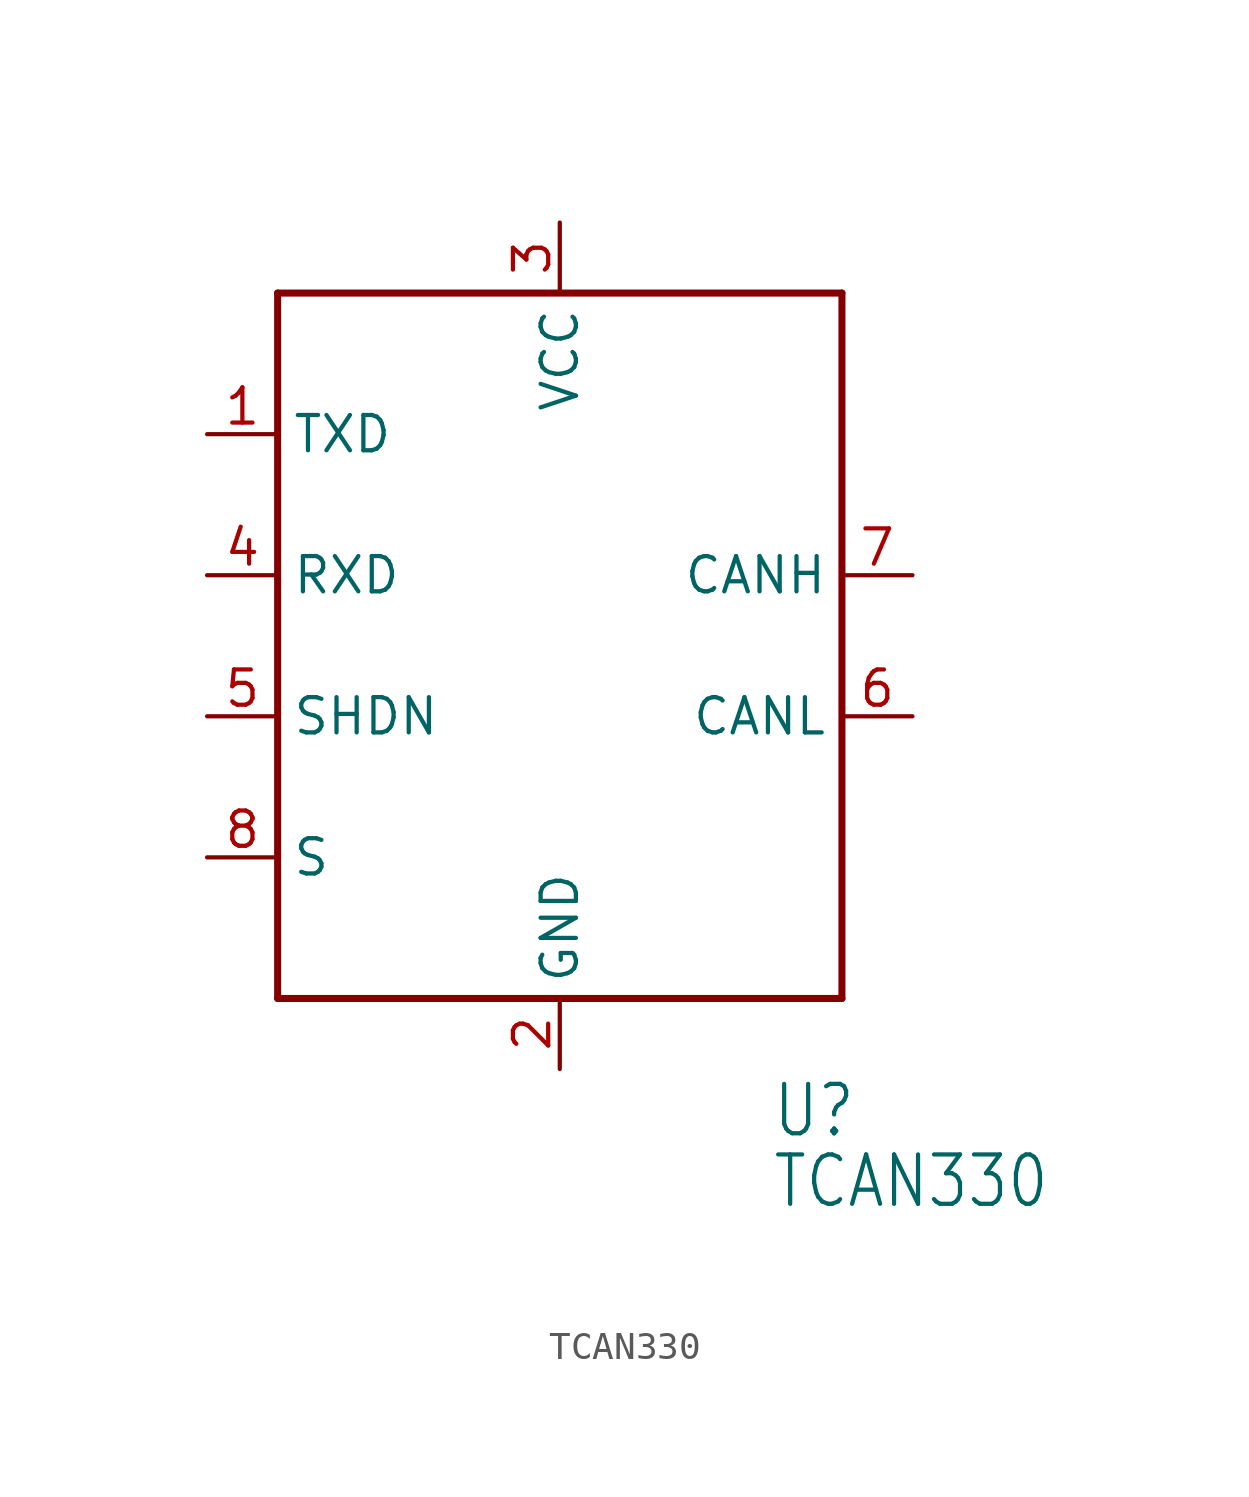
<source format=kicad_sym>
(kicad_symbol_lib
  (version 20211014)
  (generator kicad_symbol_editor)
  (symbol "TCAN330"
    (property "Reference" "U"
      (at 7.62 -17.78 0)
      (effects (font (size 1.778 1.511)) (justify left bottom)))
    (property "Value" "TCAN330"
      (at 7.62 -20.32 0)
      (effects (font (size 1.778 1.511)) (justify left bottom)))
    (property "ki_locked" ""
      (at 0 0 0)
      (effects (font (size 1.27 1.27))))
    (symbol "TCAN330_1_0"
      (polyline (pts (xy -10.16 -12.7) (xy 10.16 -12.7)) (stroke (width 0.254) (type default)) (fill (type none)))
      (polyline (pts (xy -10.16 12.7) (xy -10.16 -12.7)) (stroke (width 0.254) (type default)) (fill (type none)))
      (polyline (pts (xy 10.16 -12.7) (xy 10.16 12.7)) (stroke (width 0.254) (type default)) (fill (type none)))
      (polyline (pts (xy 10.16 12.7) (xy -10.16 12.7)) (stroke (width 0.254) (type default)) (fill (type none)))
      (pin input line (at -12.7 7.62 0) (length 2.54) (name "TXD" (effects (font (size 1.27 1.27)))) (number "1" (effects (font (size 1.27 1.27)))))
      (pin power_in line (at 0 -15.24 90) (length 2.54) (name "GND" (effects (font (size 1.27 1.27)))) (number "2" (effects (font (size 1.27 1.27)))))
      (pin power_in line (at 0 15.24 270) (length 2.54) (name "VCC" (effects (font (size 1.27 1.27)))) (number "3" (effects (font (size 1.27 1.27)))))
      (pin output line (at -12.7 2.54 0) (length 2.54) (name "RXD" (effects (font (size 1.27 1.27)))) (number "4" (effects (font (size 1.27 1.27)))))
      (pin input line (at -12.7 -2.54 0) (length 2.54) (name "SHDN" (effects (font (size 1.27 1.27)))) (number "5" (effects (font (size 1.27 1.27)))))
      (pin bidirectional line (at 12.7 -2.54 180) (length 2.54) (name "CANL" (effects (font (size 1.27 1.27)))) (number "6" (effects (font (size 1.27 1.27)))))
      (pin bidirectional line (at 12.7 2.54 180) (length 2.54) (name "CANH" (effects (font (size 1.27 1.27)))) (number "7" (effects (font (size 1.27 1.27)))))
      (pin input line (at -12.7 -7.62 0) (length 2.54) (name "S" (effects (font (size 1.27 1.27)))) (number "8" (effects (font (size 1.27 1.27))))))))
</source>
